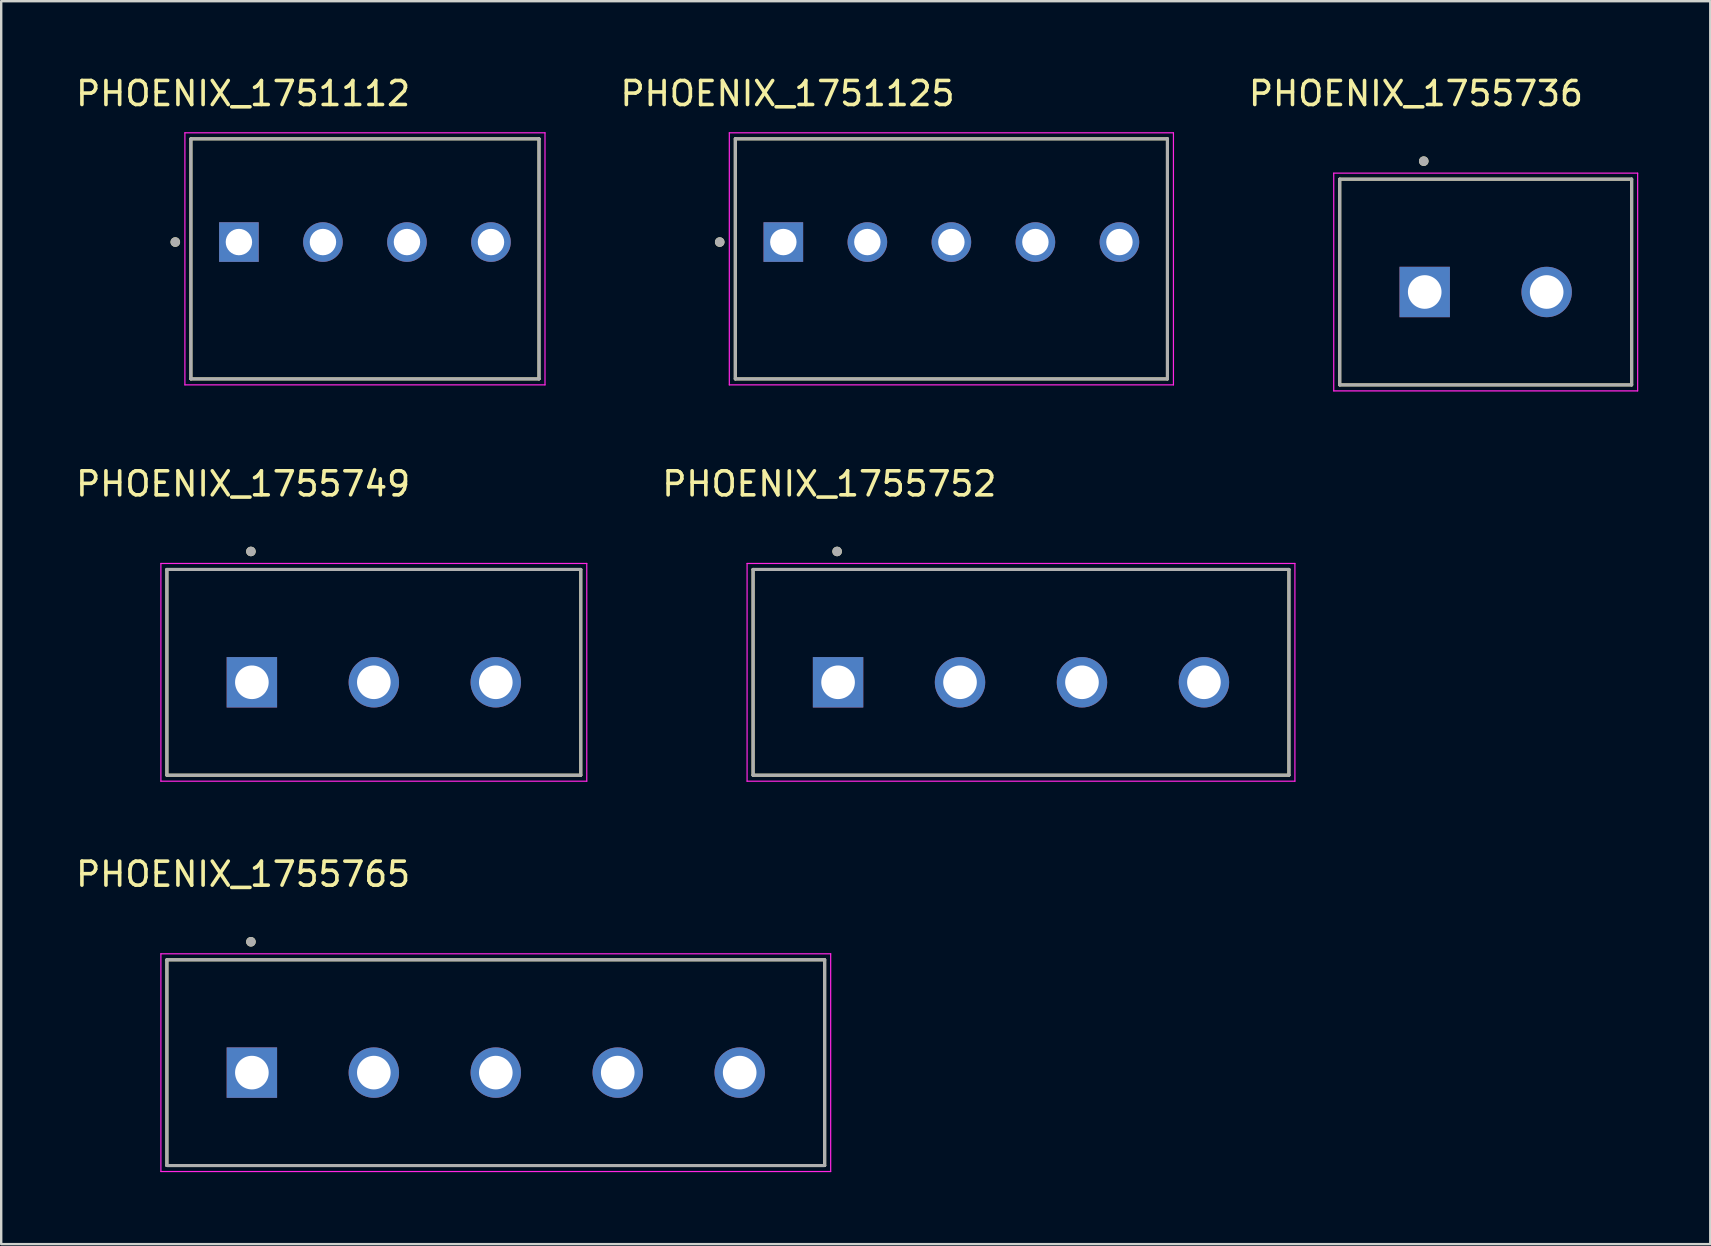
<source format=kicad_pcb>
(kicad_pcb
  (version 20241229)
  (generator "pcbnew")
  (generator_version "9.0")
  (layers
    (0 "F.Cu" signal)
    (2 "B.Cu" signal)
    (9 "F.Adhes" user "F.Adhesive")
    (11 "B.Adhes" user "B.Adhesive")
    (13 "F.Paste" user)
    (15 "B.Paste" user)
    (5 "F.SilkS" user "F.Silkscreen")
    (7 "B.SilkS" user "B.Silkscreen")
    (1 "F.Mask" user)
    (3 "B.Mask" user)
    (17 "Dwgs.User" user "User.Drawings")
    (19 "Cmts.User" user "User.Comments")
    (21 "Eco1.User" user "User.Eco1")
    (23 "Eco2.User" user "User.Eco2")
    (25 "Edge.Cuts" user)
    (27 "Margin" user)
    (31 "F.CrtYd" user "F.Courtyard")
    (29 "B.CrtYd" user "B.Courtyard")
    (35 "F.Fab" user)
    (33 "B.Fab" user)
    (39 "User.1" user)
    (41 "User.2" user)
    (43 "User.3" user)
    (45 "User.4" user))
  (footprint "PHOENIX_1755765"
    (layer "F.Cu")
    (at 3.902 45.5)
    (property "Reference" "PHOENIX_1755765" (at 3.175 -12.135 0) (layer "F.SilkS") (effects (font (size 1 1) (thickness 0.15))))
    (attr through_hole)
    (fp_line (start 0 -8.57) (end 27.4 -8.57) (stroke (width 0.127) (type solid)) (layer "F.SilkS"))
    (fp_line (start 0 0) (end 0 -8.57) (stroke (width 0.127) (type solid)) (layer "F.SilkS"))
    (fp_line (start 27.4 -8.57) (end 27.4 0) (stroke (width 0.127) (type solid)) (layer "F.SilkS"))
    (fp_line (start 27.4 0) (end 0 0) (stroke (width 0.127) (type solid)) (layer "F.SilkS"))
    (fp_circle (center 3.5 -9.32) (end 3.6 -9.32) (stroke (width 0.2) (type solid)) (fill no) (layer "F.SilkS"))
    (fp_line (start -0.25 -8.82) (end 27.65 -8.82) (stroke (width 0.05) (type solid)) (layer "F.CrtYd"))
    (fp_line (start -0.25 0.25) (end -0.25 -8.82) (stroke (width 0.05) (type solid)) (layer "F.CrtYd"))
    (fp_line (start 27.65 -8.82) (end 27.65 0.25) (stroke (width 0.05) (type solid)) (layer "F.CrtYd"))
    (fp_line (start 27.65 0.25) (end -0.25 0.25) (stroke (width 0.05) (type solid)) (layer "F.CrtYd"))
    (fp_line (start 0 -8.57) (end 27.4 -8.57) (stroke (width 0.127) (type solid)) (layer "F.Fab"))
    (fp_line (start 0 0) (end 0 -8.57) (stroke (width 0.127) (type solid)) (layer "F.Fab"))
    (fp_line (start 27.4 -8.57) (end 27.4 0) (stroke (width 0.127) (type solid)) (layer "F.Fab"))
    (fp_line (start 27.4 0) (end 0 0) (stroke (width 0.127) (type solid)) (layer "F.Fab"))
    (fp_circle (center 3.5 -9.32) (end 3.6 -9.32) (stroke (width 0.2) (type solid)) (fill no) (layer "F.Fab"))
    (pad "1" thru_hole rect (at 3.54 -3.87) (size 2.1 2.1) (drill 1.4) (layers "*.Cu" "*.Mask"))
    (pad "2" thru_hole circle (at 8.62 -3.87) (size 2.1 2.1) (drill 1.4) (layers "*.Cu" "*.Mask"))
    (pad "3" thru_hole circle (at 13.7 -3.87) (size 2.1 2.1) (drill 1.4) (layers "*.Cu" "*.Mask"))
    (pad "4" thru_hole circle (at 18.78 -3.87) (size 2.1 2.1) (drill 1.4) (layers "*.Cu" "*.Mask"))
    (pad "5" thru_hole circle (at 23.86 -3.87) (size 2.1 2.1) (drill 1.4) (layers "*.Cu" "*.Mask")))
  (footprint "PHOENIX_1755749"
    (layer "F.Cu")
    (at 3.902 29.241)
    (property "Reference" "PHOENIX_1755749" (at 3.175 -12.135 0) (layer "F.SilkS") (effects (font (size 1 1) (thickness 0.15))))
    (attr through_hole)
    (fp_line (start 0 -8.57) (end 17.24 -8.57) (stroke (width 0.127) (type solid)) (layer "F.SilkS"))
    (fp_line (start 0 0) (end 0 -8.57) (stroke (width 0.127) (type solid)) (layer "F.SilkS"))
    (fp_line (start 17.24 -8.57) (end 17.24 0) (stroke (width 0.127) (type solid)) (layer "F.SilkS"))
    (fp_line (start 17.24 0) (end 0 0) (stroke (width 0.127) (type solid)) (layer "F.SilkS"))
    (fp_circle (center 3.5 -9.32) (end 3.6 -9.32) (stroke (width 0.2) (type solid)) (fill no) (layer "F.SilkS"))
    (fp_line (start -0.25 -8.82) (end 17.49 -8.82) (stroke (width 0.05) (type solid)) (layer "F.CrtYd"))
    (fp_line (start -0.25 0.25) (end -0.25 -8.82) (stroke (width 0.05) (type solid)) (layer "F.CrtYd"))
    (fp_line (start 17.49 -8.82) (end 17.49 0.25) (stroke (width 0.05) (type solid)) (layer "F.CrtYd"))
    (fp_line (start 17.49 0.25) (end -0.25 0.25) (stroke (width 0.05) (type solid)) (layer "F.CrtYd"))
    (fp_line (start 0 -8.57) (end 17.24 -8.57) (stroke (width 0.127) (type solid)) (layer "F.Fab"))
    (fp_line (start 0 0) (end 0 -8.57) (stroke (width 0.127) (type solid)) (layer "F.Fab"))
    (fp_line (start 17.24 -8.57) (end 17.24 0) (stroke (width 0.127) (type solid)) (layer "F.Fab"))
    (fp_line (start 17.24 0) (end 0 0) (stroke (width 0.127) (type solid)) (layer "F.Fab"))
    (fp_circle (center 3.5 -9.32) (end 3.6 -9.32) (stroke (width 0.2) (type solid)) (fill no) (layer "F.Fab"))
    (pad "1" thru_hole rect (at 3.54 -3.87) (size 2.1 2.1) (drill 1.4) (layers "*.Cu" "*.Mask"))
    (pad "2" thru_hole circle (at 8.62 -3.87) (size 2.1 2.1) (drill 1.4) (layers "*.Cu" "*.Mask"))
    (pad "3" thru_hole circle (at 13.7 -3.87) (size 2.1 2.1) (drill 1.4) (layers "*.Cu" "*.Mask")))
  (footprint "PHOENIX_1751112"
    (layer "F.Cu")
    (at 4.902 12.733)
    (property "Reference" "PHOENIX_1751112" (at 2.175 -11.885 0) (layer "F.SilkS") (effects (font (size 1 1) (thickness 0.15))))
    (attr through_hole)
    (fp_line (start 0 0) (end 0 -10) (stroke (width 0.127) (type solid)) (layer "F.SilkS"))
    (fp_line (start 14.5 -10) (end 0 -10) (stroke (width 0.127) (type solid)) (layer "F.SilkS"))
    (fp_line (start 14.5 -10) (end 14.5 0) (stroke (width 0.127) (type solid)) (layer "F.SilkS"))
    (fp_line (start 14.5 0) (end 0 0) (stroke (width 0.127) (type solid)) (layer "F.SilkS"))
    (fp_circle (center -0.65 -5.7) (end -0.55 -5.7) (stroke (width 0.2) (type solid)) (fill no) (layer "F.SilkS"))
    (fp_line (start -0.25 -10.25) (end 14.75 -10.25) (stroke (width 0.05) (type solid)) (layer "F.CrtYd"))
    (fp_line (start -0.25 0.25) (end -0.25 -10.25) (stroke (width 0.05) (type solid)) (layer "F.CrtYd"))
    (fp_line (start 14.75 -10.25) (end 14.75 0.25) (stroke (width 0.05) (type solid)) (layer "F.CrtYd"))
    (fp_line (start 14.75 0.25) (end -0.25 0.25) (stroke (width 0.05) (type solid)) (layer "F.CrtYd"))
    (fp_line (start 0 -10) (end 14.5 -10) (stroke (width 0.127) (type solid)) (layer "F.Fab"))
    (fp_line (start 0 0) (end 0 -10) (stroke (width 0.127) (type solid)) (layer "F.Fab"))
    (fp_line (start 14.5 -10) (end 14.5 0) (stroke (width 0.127) (type solid)) (layer "F.Fab"))
    (fp_line (start 14.5 0) (end 0 0) (stroke (width 0.127) (type solid)) (layer "F.Fab"))
    (fp_circle (center -0.65 -5.7) (end -0.55 -5.7) (stroke (width 0.2) (type solid)) (fill no) (layer "F.Fab"))
    (pad "01" thru_hole rect (at 2 -5.7) (size 1.65 1.65) (drill 1.1) (layers "*.Cu" "*.Mask"))
    (pad "02" thru_hole circle (at 5.5 -5.7) (size 1.65 1.65) (drill 1.1) (layers "*.Cu" "*.Mask"))
    (pad "03" thru_hole circle (at 9 -5.7) (size 1.65 1.65) (drill 1.1) (layers "*.Cu" "*.Mask"))
    (pad "04" thru_hole circle (at 12.5 -5.7) (size 1.65 1.65) (drill 1.1) (layers "*.Cu" "*.Mask")))
  (footprint "PHOENIX_1755736"
    (layer "F.Cu")
    (at 52.757 12.983)
    (property "Reference" "PHOENIX_1755736" (at 3.175 -12.135 0) (layer "F.SilkS") (effects (font (size 1 1) (thickness 0.15))))
    (attr through_hole)
    (fp_line (start 0 -8.57) (end 12.16 -8.57) (stroke (width 0.127) (type solid)) (layer "F.SilkS"))
    (fp_line (start 0 0) (end 0 -8.57) (stroke (width 0.127) (type solid)) (layer "F.SilkS"))
    (fp_line (start 12.16 -8.57) (end 12.16 0) (stroke (width 0.127) (type solid)) (layer "F.SilkS"))
    (fp_line (start 12.16 0) (end 0 0) (stroke (width 0.127) (type solid)) (layer "F.SilkS"))
    (fp_circle (center 3.5 -9.32) (end 3.6 -9.32) (stroke (width 0.2) (type solid)) (fill no) (layer "F.SilkS"))
    (fp_line (start -0.25 -8.82) (end 12.41 -8.82) (stroke (width 0.05) (type solid)) (layer "F.CrtYd"))
    (fp_line (start -0.25 0.25) (end -0.25 -8.82) (stroke (width 0.05) (type solid)) (layer "F.CrtYd"))
    (fp_line (start 12.41 -8.82) (end 12.41 0.25) (stroke (width 0.05) (type solid)) (layer "F.CrtYd"))
    (fp_line (start 12.41 0.25) (end -0.25 0.25) (stroke (width 0.05) (type solid)) (layer "F.CrtYd"))
    (fp_line (start 0 -8.57) (end 12.16 -8.57) (stroke (width 0.127) (type solid)) (layer "F.Fab"))
    (fp_line (start 0 0) (end 0 -8.57) (stroke (width 0.127) (type solid)) (layer "F.Fab"))
    (fp_line (start 12.16 -8.57) (end 12.16 0) (stroke (width 0.127) (type solid)) (layer "F.Fab"))
    (fp_line (start 12.16 0) (end 0 0) (stroke (width 0.127) (type solid)) (layer "F.Fab"))
    (fp_circle (center 3.5 -9.32) (end 3.6 -9.32) (stroke (width 0.2) (type solid)) (fill no) (layer "F.Fab"))
    (pad "1" thru_hole rect (at 3.54 -3.87) (size 2.1 2.1) (drill 1.4) (layers "*.Cu" "*.Mask"))
    (pad "2" thru_hole circle (at 8.62 -3.87) (size 2.1 2.1) (drill 1.4) (layers "*.Cu" "*.Mask")))
  (footprint "PHOENIX_1751125"
    (layer "F.Cu")
    (at 27.58 12.733)
    (property "Reference" "PHOENIX_1751125" (at 2.175 -11.885 0) (layer "F.SilkS") (effects (font (size 1 1) (thickness 0.15))))
    (attr through_hole)
    (fp_line (start 0 0) (end 0 -10) (stroke (width 0.127) (type solid)) (layer "F.SilkS"))
    (fp_line (start 18 -10) (end 0 -10) (stroke (width 0.127) (type solid)) (layer "F.SilkS"))
    (fp_line (start 18 -10) (end 18 0) (stroke (width 0.127) (type solid)) (layer "F.SilkS"))
    (fp_line (start 18 0) (end 0 0) (stroke (width 0.127) (type solid)) (layer "F.SilkS"))
    (fp_circle (center -0.65 -5.7) (end -0.55 -5.7) (stroke (width 0.2) (type solid)) (fill no) (layer "F.SilkS"))
    (fp_line (start -0.25 -10.25) (end 18.25 -10.25) (stroke (width 0.05) (type solid)) (layer "F.CrtYd"))
    (fp_line (start -0.25 0.25) (end -0.25 -10.25) (stroke (width 0.05) (type solid)) (layer "F.CrtYd"))
    (fp_line (start 18.25 -10.25) (end 18.25 0.25) (stroke (width 0.05) (type solid)) (layer "F.CrtYd"))
    (fp_line (start 18.25 0.25) (end -0.25 0.25) (stroke (width 0.05) (type solid)) (layer "F.CrtYd"))
    (fp_line (start 0 -10) (end 18 -10) (stroke (width 0.127) (type solid)) (layer "F.Fab"))
    (fp_line (start 0 0) (end 0 -10) (stroke (width 0.127) (type solid)) (layer "F.Fab"))
    (fp_line (start 18 -10) (end 18 0) (stroke (width 0.127) (type solid)) (layer "F.Fab"))
    (fp_line (start 18 0) (end 0 0) (stroke (width 0.127) (type solid)) (layer "F.Fab"))
    (fp_circle (center -0.65 -5.7) (end -0.55 -5.7) (stroke (width 0.2) (type solid)) (fill no) (layer "F.Fab"))
    (pad "01" thru_hole rect (at 2 -5.7) (size 1.65 1.65) (drill 1.1) (layers "*.Cu" "*.Mask"))
    (pad "02" thru_hole circle (at 5.5 -5.7) (size 1.65 1.65) (drill 1.1) (layers "*.Cu" "*.Mask"))
    (pad "03" thru_hole circle (at 9 -5.7) (size 1.65 1.65) (drill 1.1) (layers "*.Cu" "*.Mask"))
    (pad "04" thru_hole circle (at 12.5 -5.7) (size 1.65 1.65) (drill 1.1) (layers "*.Cu" "*.Mask"))
    (pad "05" thru_hole circle (at 16 -5.7) (size 1.65 1.65) (drill 1.1) (layers "*.Cu" "*.Mask")))
  (footprint "PHOENIX_1755752"
    (layer "F.Cu")
    (at 28.32 29.241)
    (property "Reference" "PHOENIX_1755752" (at 3.175 -12.135 0) (layer "F.SilkS") (effects (font (size 1 1) (thickness 0.15))))
    (attr through_hole)
    (fp_line (start 0 -8.57) (end 22.32 -8.57) (stroke (width 0.127) (type solid)) (layer "F.SilkS"))
    (fp_line (start 0 0) (end 0 -8.57) (stroke (width 0.127) (type solid)) (layer "F.SilkS"))
    (fp_line (start 22.32 -8.57) (end 22.32 0) (stroke (width 0.127) (type solid)) (layer "F.SilkS"))
    (fp_line (start 22.32 0) (end 0 0) (stroke (width 0.127) (type solid)) (layer "F.SilkS"))
    (fp_circle (center 3.5 -9.32) (end 3.6 -9.32) (stroke (width 0.2) (type solid)) (fill no) (layer "F.SilkS"))
    (fp_line (start -0.25 -8.82) (end 22.57 -8.82) (stroke (width 0.05) (type solid)) (layer "F.CrtYd"))
    (fp_line (start -0.25 0.25) (end -0.25 -8.82) (stroke (width 0.05) (type solid)) (layer "F.CrtYd"))
    (fp_line (start 22.57 -8.82) (end 22.57 0.25) (stroke (width 0.05) (type solid)) (layer "F.CrtYd"))
    (fp_line (start 22.57 0.25) (end -0.25 0.25) (stroke (width 0.05) (type solid)) (layer "F.CrtYd"))
    (fp_line (start 0 -8.57) (end 22.32 -8.57) (stroke (width 0.127) (type solid)) (layer "F.Fab"))
    (fp_line (start 0 0) (end 0 -8.57) (stroke (width 0.127) (type solid)) (layer "F.Fab"))
    (fp_line (start 22.32 -8.57) (end 22.32 0) (stroke (width 0.127) (type solid)) (layer "F.Fab"))
    (fp_line (start 22.32 0) (end 0 0) (stroke (width 0.127) (type solid)) (layer "F.Fab"))
    (fp_circle (center 3.5 -9.32) (end 3.6 -9.32) (stroke (width 0.2) (type solid)) (fill no) (layer "F.Fab"))
    (pad "1" thru_hole rect (at 3.54 -3.87) (size 2.1 2.1) (drill 1.4) (layers "*.Cu" "*.Mask"))
    (pad "2" thru_hole circle (at 8.62 -3.87) (size 2.1 2.1) (drill 1.4) (layers "*.Cu" "*.Mask"))
    (pad "3" thru_hole circle (at 13.7 -3.87) (size 2.1 2.1) (drill 1.4) (layers "*.Cu" "*.Mask"))
    (pad "4" thru_hole circle (at 18.78 -3.87) (size 2.1 2.1) (drill 1.4) (layers "*.Cu" "*.Mask")))
  (gr_rect
    (start -3 -3)
    (end 68.192 48.775)
    (stroke (width 0.1) (type default))
    (fill no)
    (layer "Edge.Cuts")))
</source>
